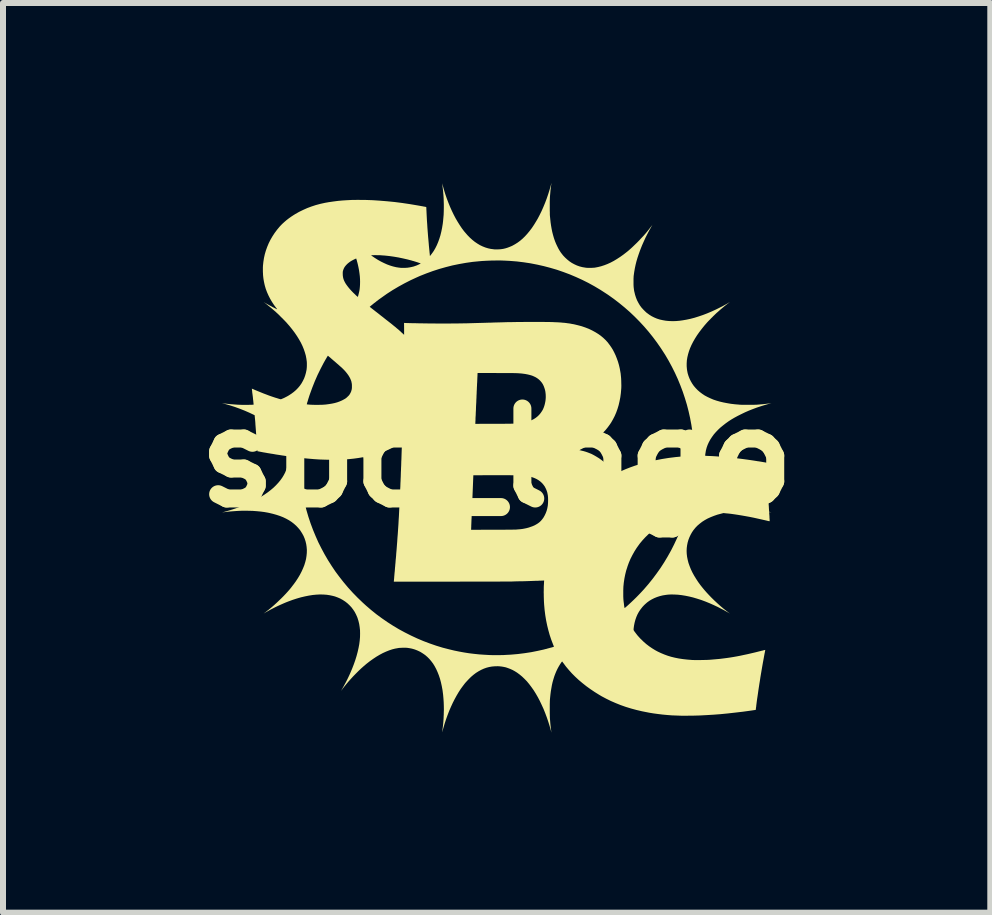
<source format=kicad_pcb>
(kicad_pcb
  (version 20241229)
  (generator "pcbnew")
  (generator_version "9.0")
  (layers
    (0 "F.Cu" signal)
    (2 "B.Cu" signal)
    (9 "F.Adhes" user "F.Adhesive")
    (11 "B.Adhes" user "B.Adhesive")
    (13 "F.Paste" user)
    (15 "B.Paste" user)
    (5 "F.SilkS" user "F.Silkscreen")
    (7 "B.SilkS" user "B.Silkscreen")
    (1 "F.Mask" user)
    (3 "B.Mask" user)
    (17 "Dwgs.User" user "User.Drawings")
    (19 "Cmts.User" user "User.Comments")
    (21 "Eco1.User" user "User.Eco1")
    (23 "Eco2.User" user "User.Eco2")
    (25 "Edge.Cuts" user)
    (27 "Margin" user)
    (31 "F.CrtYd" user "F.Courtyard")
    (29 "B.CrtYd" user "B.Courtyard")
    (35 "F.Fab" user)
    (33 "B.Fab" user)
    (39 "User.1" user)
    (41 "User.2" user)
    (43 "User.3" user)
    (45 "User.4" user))
  (footprint "sbc_logo"
    (layer "F.Cu")
    (at 5.229 4.581)
    (property "Reference" "sbc_logo" (at 0 0 0) (layer "F.SilkS") (effects (font (size 1.5 1.5) (thickness 0.3))))
    (attr board_only exclude_from_pos_files exclude_from_bom)
    (fp_poly (pts (xy -3.881 -2.595) (xy -3.882 -2.594) (xy -3.883 -2.595) (xy -3.882 -2.596)) (stroke (width 0) (type solid)) (fill yes) (layer "F.SilkS"))
    (fp_poly (pts (xy -3.881 2.595) (xy -3.882 2.596) (xy -3.883 2.595) (xy -3.882 2.594)) (stroke (width 0) (type solid)) (fill yes) (layer "F.SilkS"))
    (fp_poly (pts (xy 0.914 -4.58) (xy 0.913 -4.579) (xy 0.912 -4.58) (xy 0.913 -4.581)) (stroke (width 0) (type solid)) (fill yes) (layer "F.SilkS"))
    (fp_poly (pts (xy 0.914 4.58) (xy 0.913 4.581) (xy 0.912 4.58) (xy 0.913 4.579)) (stroke (width 0) (type solid)) (fill yes) (layer "F.SilkS"))
    (fp_poly (pts (xy 2.598 -3.884) (xy 2.597 -3.883) (xy 2.596 -3.884) (xy 2.597 -3.885)) (stroke (width 0) (type solid)) (fill yes) (layer "F.SilkS"))
    (fp_poly (pts (xy 4.581 -0.911) (xy 4.58 -0.91) (xy 4.579 -0.91) (xy 4.578 -0.911) (xy 4.578 -0.911) (xy 4.58 -0.911)) (stroke (width 0) (type solid)) (fill yes) (layer "F.SilkS"))
    (fp_poly (pts (xy 4.581 0.911) (xy 4.58 0.912) (xy 4.579 0.912) (xy 4.578 0.911) (xy 4.578 0.911) (xy 4.58 0.91)) (stroke (width 0) (type solid)) (fill yes) (layer "F.SilkS"))
    (fp_poly (pts (xy 0.912 -4.576) (xy 0.912 -4.573) (xy 0.911 -4.567) (xy 0.91 -4.559) (xy 0.908 -4.549) (xy 0.908 -4.547) (xy 0.904 -4.517) (xy 0.9 -4.484) (xy 0.896 -4.449) (xy 0.893 -4.41) (xy 0.889 -4.367) (xy 0.887 -4.342) (xy 0.887 -4.331) (xy 0.886 -4.316) (xy 0.886 -4.299) (xy 0.885 -4.279) (xy 0.885 -4.257) (xy 0.885 -4.233) (xy 0.885 -4.209) (xy 0.885 -4.185) (xy 0.885 -4.16) (xy 0.885 -4.136) (xy 0.885 -4.114) (xy 0.886 -4.093) (xy 0.886 -4.074) (xy 0.886 -4.058) (xy 0.887 -4.045) (xy 0.887 -4.038) (xy 0.893 -3.978) (xy 0.899 -3.921) (xy 0.907 -3.867) (xy 0.916 -3.815) (xy 0.926 -3.766) (xy 0.938 -3.719) (xy 0.951 -3.673) (xy 0.959 -3.648) (xy 0.974 -3.606) (xy 0.991 -3.565) (xy 1.01 -3.525) (xy 1.029 -3.487) (xy 1.05 -3.451) (xy 1.071 -3.419) (xy 1.075 -3.414) (xy 1.106 -3.374) (xy 1.14 -3.338) (xy 1.176 -3.305) (xy 1.213 -3.275) (xy 1.253 -3.248) (xy 1.294 -3.226) (xy 1.337 -3.206) (xy 1.382 -3.19) (xy 1.429 -3.178) (xy 1.477 -3.17) (xy 1.489 -3.168) (xy 1.503 -3.167) (xy 1.519 -3.166) (xy 1.538 -3.166) (xy 1.558 -3.166) (xy 1.578 -3.166) (xy 1.597 -3.167) (xy 1.615 -3.168) (xy 1.63 -3.169) (xy 1.638 -3.17) (xy 1.69 -3.18) (xy 1.742 -3.193) (xy 1.794 -3.21) (xy 1.846 -3.23) (xy 1.899 -3.254) (xy 1.952 -3.282) (xy 2.005 -3.314) (xy 2.059 -3.349) (xy 2.111 -3.386) (xy 2.138 -3.407) (xy 2.164 -3.427) (xy 2.189 -3.447) (xy 2.213 -3.468) (xy 2.237 -3.489) (xy 2.262 -3.512) (xy 2.288 -3.537) (xy 2.316 -3.564) (xy 2.337 -3.584) (xy 2.378 -3.626) (xy 2.415 -3.666) (xy 2.451 -3.704) (xy 2.485 -3.743) (xy 2.517 -3.782) (xy 2.548 -3.821) (xy 2.576 -3.858) (xy 2.583 -3.866) (xy 2.588 -3.873) (xy 2.592 -3.878) (xy 2.594 -3.881) (xy 2.595 -3.881) (xy 2.594 -3.88) (xy 2.591 -3.875) (xy 2.587 -3.868) (xy 2.582 -3.86) (xy 2.577 -3.85) (xy 2.544 -3.792) (xy 2.512 -3.731) (xy 2.48 -3.668) (xy 2.451 -3.604) (xy 2.423 -3.541) (xy 2.398 -3.478) (xy 2.388 -3.452) (xy 2.366 -3.39) (xy 2.346 -3.33) (xy 2.329 -3.272) (xy 2.315 -3.215) (xy 2.303 -3.158) (xy 2.293 -3.101) (xy 2.285 -3.044) (xy 2.284 -3.036) (xy 2.283 -3.025) (xy 2.282 -3.014) (xy 2.282 -3.002) (xy 2.281 -2.988) (xy 2.281 -2.972) (xy 2.281 -2.953) (xy 2.281 -2.932) (xy 2.281 -2.906) (xy 2.281 -2.884) (xy 2.282 -2.864) (xy 2.283 -2.847) (xy 2.285 -2.83) (xy 2.287 -2.814) (xy 2.289 -2.797) (xy 2.292 -2.779) (xy 2.295 -2.767) (xy 2.307 -2.717) (xy 2.322 -2.67) (xy 2.34 -2.625) (xy 2.362 -2.583) (xy 2.386 -2.542) (xy 2.414 -2.504) (xy 2.425 -2.492) (xy 2.435 -2.481) (xy 2.447 -2.468) (xy 2.46 -2.455) (xy 2.474 -2.441) (xy 2.487 -2.429) (xy 2.499 -2.418) (xy 2.506 -2.413) (xy 2.544 -2.385) (xy 2.584 -2.36) (xy 2.626 -2.339) (xy 2.671 -2.32) (xy 2.718 -2.305) (xy 2.768 -2.294) (xy 2.819 -2.285) (xy 2.872 -2.28) (xy 2.928 -2.278) (xy 2.985 -2.279) (xy 3.045 -2.284) (xy 3.096 -2.291) (xy 3.161 -2.302) (xy 3.227 -2.316) (xy 3.296 -2.334) (xy 3.366 -2.356) (xy 3.437 -2.38) (xy 3.51 -2.408) (xy 3.583 -2.439) (xy 3.657 -2.473) (xy 3.709 -2.499) (xy 3.737 -2.513) (xy 3.765 -2.527) (xy 3.792 -2.542) (xy 3.818 -2.556) (xy 3.842 -2.57) (xy 3.864 -2.583) (xy 3.881 -2.593) (xy 3.885 -2.595) (xy 3.885 -2.595) (xy 3.884 -2.594) (xy 3.879 -2.59) (xy 3.872 -2.585) (xy 3.862 -2.577) (xy 3.858 -2.575) (xy 3.829 -2.552) (xy 3.797 -2.527) (xy 3.765 -2.5) (xy 3.732 -2.473) (xy 3.701 -2.445) (xy 3.67 -2.418) (xy 3.665 -2.414) (xy 3.654 -2.403) (xy 3.64 -2.39) (xy 3.625 -2.375) (xy 3.609 -2.36) (xy 3.593 -2.343) (xy 3.576 -2.327) (xy 3.56 -2.31) (xy 3.545 -2.295) (xy 3.531 -2.281) (xy 3.52 -2.269) (xy 3.513 -2.262) (xy 3.464 -2.206) (xy 3.419 -2.15) (xy 3.377 -2.095) (xy 3.339 -2.041) (xy 3.305 -1.987) (xy 3.274 -1.933) (xy 3.247 -1.88) (xy 3.224 -1.828) (xy 3.205 -1.776) (xy 3.19 -1.725) (xy 3.178 -1.674) (xy 3.17 -1.624) (xy 3.167 -1.575) (xy 3.167 -1.527) (xy 3.171 -1.48) (xy 3.174 -1.458) (xy 3.183 -1.411) (xy 3.197 -1.365) (xy 3.214 -1.321) (xy 3.235 -1.278) (xy 3.259 -1.237) (xy 3.286 -1.198) (xy 3.317 -1.162) (xy 3.351 -1.127) (xy 3.388 -1.095) (xy 3.428 -1.065) (xy 3.469 -1.038) (xy 3.514 -1.014) (xy 3.561 -0.992) (xy 3.61 -0.971) (xy 3.663 -0.953) (xy 3.719 -0.937) (xy 3.778 -0.923) (xy 3.84 -0.911) (xy 3.905 -0.9) (xy 3.973 -0.892) (xy 4.046 -0.886) (xy 4.05 -0.885) (xy 4.062 -0.885) (xy 4.077 -0.884) (xy 4.095 -0.884) (xy 4.116 -0.883) (xy 4.138 -0.883) (xy 4.161 -0.883) (xy 4.186 -0.883) (xy 4.21 -0.883) (xy 4.234 -0.883) (xy 4.257 -0.883) (xy 4.278 -0.884) (xy 4.298 -0.884) (xy 4.315 -0.885) (xy 4.329 -0.885) (xy 4.332 -0.885) (xy 4.369 -0.888) (xy 4.404 -0.891) (xy 4.439 -0.894) (xy 4.472 -0.897) (xy 4.502 -0.901) (xy 4.53 -0.904) (xy 4.543 -0.906) (xy 4.553 -0.907) (xy 4.562 -0.909) (xy 4.569 -0.909) (xy 4.573 -0.91) (xy 4.573 -0.91) (xy 4.572 -0.909) (xy 4.568 -0.908) (xy 4.561 -0.906) (xy 4.552 -0.903) (xy 4.542 -0.901) (xy 4.473 -0.881) (xy 4.405 -0.86) (xy 4.336 -0.837) (xy 4.269 -0.812) (xy 4.203 -0.786) (xy 4.139 -0.758) (xy 4.077 -0.728) (xy 4.017 -0.698) (xy 3.96 -0.667) (xy 3.906 -0.635) (xy 3.866 -0.609) (xy 3.817 -0.574) (xy 3.771 -0.538) (xy 3.727 -0.502) (xy 3.687 -0.464) (xy 3.651 -0.426) (xy 3.619 -0.389) (xy 3.588 -0.346) (xy 3.56 -0.303) (xy 3.536 -0.259) (xy 3.516 -0.215) (xy 3.5 -0.17) (xy 3.488 -0.124) (xy 3.486 -0.116) (xy 3.485 -0.107) (xy 3.483 -0.095) (xy 3.481 -0.082) (xy 3.479 -0.07) (xy 3.477 -0.058) (xy 3.476 -0.047) (xy 3.476 -0.04) (xy 3.475 -0.037) (xy 3.476 -0.035) (xy 3.476 -0.034) (xy 3.478 -0.034) (xy 3.481 -0.033) (xy 3.487 -0.033) (xy 3.495 -0.032) (xy 3.506 -0.032) (xy 3.52 -0.031) (xy 3.52 -0.031) (xy 3.583 -0.029) (xy 3.648 -0.025) (xy 3.717 -0.02) (xy 3.789 -0.015) (xy 3.863 -0.008) (xy 3.94 0.001) (xy 4.019 0.01) (xy 4.099 0.02) (xy 4.181 0.031) (xy 4.264 0.043) (xy 4.334 0.054) (xy 4.351 0.057) (xy 4.369 0.059) (xy 4.387 0.062) (xy 4.405 0.065) (xy 4.423 0.068) (xy 4.44 0.071) (xy 4.456 0.074) (xy 4.471 0.076) (xy 4.483 0.079) (xy 4.493 0.08) (xy 4.5 0.082) (xy 4.504 0.083) (xy 4.505 0.083) (xy 4.505 0.085) (xy 4.505 0.09) (xy 4.505 0.099) (xy 4.506 0.111) (xy 4.506 0.126) (xy 4.506 0.143) (xy 4.507 0.162) (xy 4.507 0.182) (xy 4.508 0.204) (xy 4.508 0.21) (xy 4.509 0.237) (xy 4.509 0.261) (xy 4.51 0.281) (xy 4.51 0.3) (xy 4.511 0.316) (xy 4.511 0.331) (xy 4.512 0.345) (xy 4.512 0.359) (xy 4.513 0.373) (xy 4.513 0.387) (xy 4.514 0.403) (xy 4.515 0.421) (xy 4.516 0.441) (xy 4.516 0.458) (xy 4.517 0.477) (xy 4.518 0.499) (xy 4.519 0.522) (xy 4.521 0.547) (xy 4.522 0.573) (xy 4.524 0.599) (xy 4.525 0.626) (xy 4.527 0.654) (xy 4.528 0.681) (xy 4.53 0.708) (xy 4.531 0.735) (xy 4.533 0.76) (xy 4.534 0.784) (xy 4.536 0.807) (xy 4.537 0.828) (xy 4.538 0.847) (xy 4.539 0.863) (xy 4.54 0.877) (xy 4.541 0.888) (xy 4.542 0.895) (xy 4.542 0.899) (xy 4.542 0.9) (xy 4.545 0.901) (xy 4.55 0.902) (xy 4.557 0.905) (xy 4.56 0.905) (xy 4.568 0.907) (xy 4.572 0.909) (xy 4.573 0.909) (xy 4.57 0.909) (xy 4.565 0.909) (xy 4.558 0.908) (xy 4.551 0.907) (xy 4.548 0.907) (xy 4.541 0.905) (xy 4.542 0.918) (xy 4.543 0.927) (xy 4.544 0.939) (xy 4.545 0.952) (xy 4.546 0.966) (xy 4.547 0.981) (xy 4.547 0.996) (xy 4.548 1.01) (xy 4.549 1.024) (xy 4.55 1.036) (xy 4.55 1.046) (xy 4.55 1.053) (xy 4.55 1.057) (xy 4.55 1.058) (xy 4.548 1.057) (xy 4.543 1.056) (xy 4.534 1.055) (xy 4.524 1.053) (xy 4.512 1.05) (xy 4.509 1.049) (xy 4.43 1.031) (xy 4.354 1.014) (xy 4.282 0.998) (xy 4.212 0.984) (xy 4.146 0.972) (xy 4.083 0.961) (xy 4.022 0.951) (xy 3.963 0.942) (xy 3.906 0.934) (xy 3.852 0.928) (xy 3.835 0.927) (xy 3.78 0.921) (xy 3.739 0.932) (xy 3.678 0.948) (xy 3.621 0.968) (xy 3.568 0.989) (xy 3.517 1.012) (xy 3.47 1.038) (xy 3.426 1.066) (xy 3.386 1.097) (xy 3.348 1.129) (xy 3.314 1.164) (xy 3.284 1.201) (xy 3.282 1.203) (xy 3.256 1.241) (xy 3.233 1.282) (xy 3.213 1.324) (xy 3.196 1.368) (xy 3.183 1.413) (xy 3.174 1.458) (xy 3.168 1.505) (xy 3.166 1.553) (xy 3.168 1.601) (xy 3.174 1.651) (xy 3.184 1.701) (xy 3.197 1.752) (xy 3.215 1.803) (xy 3.236 1.856) (xy 3.261 1.909) (xy 3.29 1.962) (xy 3.323 2.016) (xy 3.359 2.071) (xy 3.367 2.082) (xy 3.397 2.123) (xy 3.428 2.162) (xy 3.461 2.202) (xy 3.496 2.242) (xy 3.534 2.283) (xy 3.574 2.325) (xy 3.581 2.332) (xy 3.632 2.382) (xy 3.683 2.429) (xy 3.732 2.473) (xy 3.782 2.515) (xy 3.833 2.555) (xy 3.854 2.571) (xy 3.866 2.58) (xy 3.875 2.587) (xy 3.881 2.592) (xy 3.884 2.594) (xy 3.885 2.595) (xy 3.884 2.595) (xy 3.881 2.593) (xy 3.86 2.58) (xy 3.835 2.566) (xy 3.808 2.551) (xy 3.78 2.535) (xy 3.75 2.52) (xy 3.719 2.504) (xy 3.689 2.488) (xy 3.659 2.474) (xy 3.631 2.461) (xy 3.623 2.457) (xy 3.551 2.425) (xy 3.48 2.396) (xy 3.41 2.37) (xy 3.341 2.348) (xy 3.274 2.328) (xy 3.208 2.312) (xy 3.144 2.299) (xy 3.082 2.289) (xy 3.021 2.282) (xy 2.963 2.279) (xy 2.906 2.278) (xy 2.852 2.281) (xy 2.821 2.285) (xy 2.77 2.293) (xy 2.721 2.305) (xy 2.674 2.32) (xy 2.629 2.338) (xy 2.587 2.359) (xy 2.546 2.383) (xy 2.509 2.41) (xy 2.504 2.414) (xy 2.493 2.424) (xy 2.479 2.436) (xy 2.465 2.449) (xy 2.451 2.463) (xy 2.438 2.477) (xy 2.427 2.489) (xy 2.425 2.492) (xy 2.396 2.529) (xy 2.37 2.568) (xy 2.347 2.61) (xy 2.328 2.654) (xy 2.312 2.7) (xy 2.299 2.748) (xy 2.289 2.799) (xy 2.283 2.844) (xy 2.282 2.853) (xy 2.282 2.86) (xy 2.282 2.865) (xy 2.283 2.87) (xy 2.284 2.876) (xy 2.288 2.881) (xy 2.292 2.888) (xy 2.298 2.897) (xy 2.307 2.908) (xy 2.311 2.914) (xy 2.327 2.935) (xy 2.341 2.953) (xy 2.355 2.97) (xy 2.37 2.986) (xy 2.385 3.003) (xy 2.402 3.021) (xy 2.406 3.024) (xy 2.45 3.067) (xy 2.495 3.106) (xy 2.542 3.142) (xy 2.592 3.176) (xy 2.644 3.208) (xy 2.685 3.23) (xy 2.738 3.255) (xy 2.793 3.278) (xy 2.85 3.299) (xy 2.909 3.317) (xy 2.971 3.332) (xy 3.035 3.345) (xy 3.102 3.355) (xy 3.172 3.363) (xy 3.244 3.369) (xy 3.256 3.37) (xy 3.271 3.37) (xy 3.288 3.371) (xy 3.309 3.371) (xy 3.332 3.371) (xy 3.356 3.371) (xy 3.381 3.371) (xy 3.407 3.371) (xy 3.433 3.37) (xy 3.459 3.37) (xy 3.483 3.369) (xy 3.505 3.369) (xy 3.525 3.368) (xy 3.541 3.367) (xy 3.547 3.367) (xy 3.606 3.362) (xy 3.662 3.357) (xy 3.718 3.352) (xy 3.774 3.345) (xy 3.829 3.338) (xy 3.885 3.33) (xy 3.941 3.321) (xy 3.998 3.311) (xy 4.056 3.3) (xy 4.116 3.287) (xy 4.178 3.274) (xy 4.243 3.259) (xy 4.311 3.243) (xy 4.382 3.225) (xy 4.4 3.221) (xy 4.417 3.216) (xy 4.433 3.213) (xy 4.446 3.209) (xy 4.458 3.206) (xy 4.467 3.204) (xy 4.474 3.203) (xy 4.477 3.202) (xy 4.477 3.202) (xy 4.477 3.204) (xy 4.476 3.21) (xy 4.474 3.218) (xy 4.472 3.229) (xy 4.47 3.242) (xy 4.467 3.256) (xy 4.466 3.26) (xy 4.458 3.303) (xy 4.45 3.348) (xy 4.441 3.396) (xy 4.432 3.446) (xy 4.423 3.498) (xy 4.414 3.551) (xy 4.405 3.604) (xy 4.396 3.658) (xy 4.388 3.712) (xy 4.379 3.766) (xy 4.371 3.819) (xy 4.363 3.871) (xy 4.356 3.921) (xy 4.349 3.969) (xy 4.342 4.015) (xy 4.336 4.058) (xy 4.331 4.098) (xy 4.327 4.128) (xy 4.326 4.143) (xy 4.324 4.157) (xy 4.322 4.169) (xy 4.321 4.18) (xy 4.32 4.188) (xy 4.32 4.191) (xy 4.318 4.202) (xy 4.237 4.214) (xy 4.106 4.232) (xy 3.978 4.247) (xy 3.854 4.261) (xy 3.732 4.273) (xy 3.614 4.282) (xy 3.498 4.289) (xy 3.386 4.295) (xy 3.276 4.298) (xy 3.169 4.299) (xy 3.159 4.299) (xy 3.075 4.299) (xy 2.995 4.296) (xy 2.917 4.293) (xy 2.841 4.287) (xy 2.766 4.28) (xy 2.692 4.271) (xy 2.617 4.261) (xy 2.543 4.249) (xy 2.518 4.244) (xy 2.422 4.225) (xy 2.329 4.203) (xy 2.24 4.179) (xy 2.152 4.152) (xy 2.067 4.122) (xy 1.985 4.089) (xy 1.904 4.054) (xy 1.825 4.015) (xy 1.748 3.974) (xy 1.706 3.949) (xy 1.632 3.903) (xy 1.561 3.855) (xy 1.493 3.806) (xy 1.429 3.755) (xy 1.367 3.703) (xy 1.309 3.649) (xy 1.254 3.594) (xy 1.203 3.537) (xy 1.155 3.48) (xy 1.112 3.422) (xy 1.105 3.414) (xy 1.1 3.406) (xy 1.095 3.4) (xy 1.093 3.396) (xy 1.092 3.395) (xy 1.09 3.396) (xy 1.087 3.399) (xy 1.082 3.405) (xy 1.076 3.413) (xy 1.075 3.414) (xy 1.054 3.446) (xy 1.033 3.481) (xy 1.013 3.518) (xy 0.994 3.558) (xy 0.977 3.599) (xy 0.961 3.641) (xy 0.959 3.648) (xy 0.945 3.693) (xy 0.932 3.739) (xy 0.921 3.787) (xy 0.912 3.838) (xy 0.903 3.89) (xy 0.896 3.945) (xy 0.89 4.004) (xy 0.887 4.038) (xy 0.887 4.049) (xy 0.886 4.063) (xy 0.886 4.081) (xy 0.885 4.101) (xy 0.885 4.122) (xy 0.885 4.145) (xy 0.885 4.17) (xy 0.885 4.194) (xy 0.885 4.219) (xy 0.885 4.243) (xy 0.885 4.265) (xy 0.886 4.287) (xy 0.886 4.306) (xy 0.886 4.322) (xy 0.887 4.336) (xy 0.887 4.342) (xy 0.891 4.387) (xy 0.894 4.428) (xy 0.898 4.465) (xy 0.902 4.499) (xy 0.906 4.531) (xy 0.908 4.547) (xy 0.909 4.557) (xy 0.911 4.566) (xy 0.911 4.572) (xy 0.912 4.576) (xy 0.912 4.576) (xy 0.911 4.575) (xy 0.91 4.571) (xy 0.908 4.564) (xy 0.906 4.555) (xy 0.905 4.551) (xy 0.884 4.476) (xy 0.861 4.402) (xy 0.836 4.328) (xy 0.809 4.256) (xy 0.781 4.186) (xy 0.75 4.118) (xy 0.719 4.053) (xy 0.686 3.99) (xy 0.652 3.931) (xy 0.617 3.875) (xy 0.615 3.872) (xy 0.578 3.82) (xy 0.541 3.771) (xy 0.503 3.725) (xy 0.463 3.684) (xy 0.423 3.646) (xy 0.382 3.612) (xy 0.34 3.581) (xy 0.298 3.555) (xy 0.263 3.536) (xy 0.225 3.519) (xy 0.188 3.505) (xy 0.153 3.493) (xy 0.116 3.485) (xy 0.08 3.479) (xy 0.041 3.475) (xy 0.019 3.474) (xy -0.029 3.475) (xy -0.077 3.479) (xy -0.124 3.487) (xy -0.17 3.499) (xy -0.215 3.515) (xy -0.259 3.535) (xy -0.303 3.559) (xy -0.346 3.586) (xy -0.388 3.618) (xy -0.429 3.653) (xy -0.469 3.693) (xy -0.509 3.736) (xy -0.527 3.756) (xy -0.563 3.803) (xy -0.599 3.852) (xy -0.634 3.906) (xy -0.667 3.962) (xy -0.7 4.022) (xy -0.732 4.085) (xy -0.762 4.15) (xy -0.791 4.217) (xy -0.818 4.287) (xy -0.844 4.359) (xy -0.868 4.433) (xy -0.89 4.508) (xy -0.901 4.547) (xy -0.904 4.557) (xy -0.906 4.566) (xy -0.908 4.571) (xy -0.909 4.574) (xy -0.909 4.573) (xy -0.904 4.535) (xy -0.899 4.499) (xy -0.895 4.466) (xy -0.892 4.434) (xy -0.889 4.404) (xy -0.887 4.373) (xy -0.885 4.342) (xy -0.884 4.31) (xy -0.882 4.275) (xy -0.882 4.257) (xy -0.88 4.197) (xy -0.881 4.137) (xy -0.883 4.076) (xy -0.887 4.016) (xy -0.892 3.959) (xy -0.894 3.94) (xy -0.903 3.871) (xy -0.915 3.806) (xy -0.929 3.743) (xy -0.945 3.683) (xy -0.964 3.626) (xy -0.985 3.573) (xy -1.008 3.522) (xy -1.033 3.475) (xy -1.06 3.431) (xy -1.09 3.391) (xy -1.122 3.353) (xy -1.156 3.319) (xy -1.192 3.288) (xy -1.231 3.261) (xy -1.271 3.236) (xy -1.291 3.226) (xy -1.317 3.214) (xy -1.341 3.204) (xy -1.365 3.195) (xy -1.388 3.188) (xy -1.413 3.181) (xy -1.433 3.177) (xy -1.454 3.173) (xy -1.475 3.17) (xy -1.495 3.167) (xy -1.517 3.166) (xy -1.541 3.166) (xy -1.565 3.166) (xy -1.588 3.167) (xy -1.608 3.168) (xy -1.626 3.169) (xy -1.644 3.172) (xy -1.662 3.175) (xy -1.682 3.179) (xy -1.691 3.18) (xy -1.742 3.193) (xy -1.793 3.21) (xy -1.845 3.231) (xy -1.898 3.255) (xy -1.952 3.284) (xy -2.006 3.316) (xy -2.06 3.352) (xy -2.115 3.391) (xy -2.17 3.434) (xy -2.216 3.473) (xy -2.259 3.511) (xy -2.302 3.552) (xy -2.346 3.596) (xy -2.39 3.641) (xy -2.433 3.688) (xy -2.475 3.735) (xy -2.514 3.782) (xy -2.552 3.829) (xy -2.574 3.858) (xy -2.581 3.867) (xy -2.586 3.874) (xy -2.59 3.88) (xy -2.593 3.883) (xy -2.593 3.883) (xy -2.593 3.884) (xy -2.593 3.883) (xy -2.592 3.881) (xy -2.59 3.878) (xy -2.587 3.872) (xy -2.583 3.865) (xy -2.577 3.855) (xy -2.569 3.842) (xy -2.568 3.838) (xy -2.55 3.808) (xy -2.532 3.774) (xy -2.513 3.739) (xy -2.494 3.702) (xy -2.476 3.665) (xy -2.459 3.629) (xy -2.443 3.594) (xy -2.441 3.589) (xy -2.41 3.516) (xy -2.382 3.444) (xy -2.357 3.373) (xy -2.336 3.305) (xy -2.318 3.238) (xy -2.303 3.172) (xy -2.291 3.109) (xy -2.283 3.047) (xy -2.278 2.988) (xy -2.277 2.93) (xy -2.278 2.874) (xy -2.284 2.82) (xy -2.292 2.769) (xy -2.304 2.719) (xy -2.319 2.671) (xy -2.325 2.655) (xy -2.345 2.61) (xy -2.367 2.568) (xy -2.393 2.529) (xy -2.422 2.491) (xy -2.454 2.457) (xy -2.488 2.425) (xy -2.525 2.396) (xy -2.565 2.37) (xy -2.606 2.347) (xy -2.65 2.328) (xy -2.696 2.311) (xy -2.73 2.302) (xy -2.781 2.291) (xy -2.834 2.283) (xy -2.89 2.279) (xy -2.947 2.278) (xy -3.006 2.281) (xy -3.068 2.287) (xy -3.131 2.297) (xy -3.196 2.31) (xy -3.264 2.326) (xy -3.333 2.346) (xy -3.404 2.369) (xy -3.474 2.395) (xy -3.515 2.411) (xy -3.557 2.429) (xy -3.6 2.448) (xy -3.644 2.468) (xy -3.688 2.489) (xy -3.731 2.511) (xy -3.772 2.532) (xy -3.811 2.554) (xy -3.847 2.574) (xy -3.858 2.581) (xy -3.867 2.587) (xy -3.874 2.59) (xy -3.878 2.593) (xy -3.879 2.593) (xy -3.877 2.591) (xy -3.872 2.587) (xy -3.864 2.581) (xy -3.853 2.573) (xy -3.85 2.57) (xy -3.802 2.533) (xy -3.754 2.494) (xy -3.707 2.453) (xy -3.66 2.41) (xy -3.612 2.364) (xy -3.594 2.347) (xy -3.556 2.309) (xy -3.521 2.272) (xy -3.488 2.236) (xy -3.457 2.201) (xy -3.428 2.166) (xy -3.4 2.129) (xy -3.388 2.114) (xy -3.348 2.059) (xy -3.312 2.004) (xy -3.28 1.95) (xy -3.252 1.896) (xy -3.228 1.843) (xy -3.207 1.791) (xy -3.191 1.739) (xy -3.178 1.688) (xy -3.17 1.637) (xy -3.165 1.587) (xy -3.164 1.538) (xy -3.164 1.534) (xy -3.168 1.485) (xy -3.175 1.438) (xy -3.186 1.392) (xy -3.201 1.346) (xy -3.219 1.303) (xy -3.242 1.261) (xy -3.268 1.22) (xy -3.278 1.205) (xy -3.309 1.168) (xy -3.342 1.133) (xy -3.379 1.1) (xy -3.419 1.069) (xy -3.462 1.041) (xy -3.509 1.015) (xy -3.559 0.991) (xy -3.612 0.97) (xy -3.669 0.951) (xy -3.729 0.934) (xy -3.792 0.919) (xy -3.816 0.914) (xy -3.873 0.904) (xy -3.934 0.896) (xy -3.997 0.89) (xy -4.063 0.885) (xy -4.131 0.883) (xy -4.2 0.882) (xy -4.27 0.883) (xy -4.341 0.887) (xy -4.411 0.892) (xy -4.457 0.896) (xy -4.472 0.898) (xy -4.488 0.899) (xy -4.506 0.902) (xy -4.524 0.904) (xy -4.541 0.906) (xy -4.557 0.908) (xy -4.57 0.91) (xy -4.575 0.911) (xy -4.576 0.911) (xy -4.573 0.91) (xy -4.567 0.908) (xy -4.559 0.906) (xy -4.551 0.904) (xy -4.476 0.883) (xy -4.401 0.86) (xy -4.328 0.835) (xy -4.257 0.808) (xy -4.187 0.78) (xy -4.12 0.75) (xy -4.055 0.719) (xy -3.993 0.687) (xy -3.934 0.653) (xy -3.879 0.619) (xy -3.867 0.611) (xy -3.814 0.574) (xy -3.765 0.536) (xy -3.719 0.497) (xy -3.678 0.457) (xy -3.64 0.416) (xy -3.606 0.375) (xy -3.575 0.332) (xy -3.549 0.289) (xy -3.526 0.245) (xy -3.508 0.2) (xy -3.495 0.161) (xy -3.487 0.129) (xy -3.48 0.098) (xy -3.476 0.066) (xy -3.473 0.032) (xy -3.472 0.014) (xy -3.472 -0.001) (xy -3.287 -0.001) (xy -3.287 0.048) (xy -3.287 0.11) (xy -3.284 0.175) (xy -3.28 0.241) (xy -3.274 0.31) (xy -3.266 0.379) (xy -3.258 0.449) (xy -3.248 0.518) (xy -3.236 0.587) (xy -3.223 0.653) (xy -3.199 0.765) (xy -3.17 0.876) (xy -3.138 0.985) (xy -3.102 1.093) (xy -3.062 1.2) (xy -3.019 1.304) (xy -2.973 1.408) (xy -2.922 1.509) (xy -2.869 1.608) (xy -2.812 1.706) (xy -2.751 1.802) (xy -2.688 1.896) (xy -2.62 1.987) (xy -2.55 2.076) (xy -2.477 2.163) (xy -2.4 2.248) (xy -2.32 2.33) (xy -2.237 2.41) (xy -2.18 2.462) (xy -2.094 2.536) (xy -2.006 2.607) (xy -1.915 2.674) (xy -1.821 2.739) (xy -1.726 2.8) (xy -1.629 2.858) (xy -1.529 2.912) (xy -1.428 2.963) (xy -1.325 3.011) (xy -1.221 3.055) (xy -1.115 3.095) (xy -1.008 3.132) (xy -0.9 3.165) (xy -0.791 3.193) (xy -0.708 3.213) (xy -0.625 3.23) (xy -0.543 3.245) (xy -0.46 3.258) (xy -0.377 3.268) (xy -0.291 3.277) (xy -0.203 3.283) (xy -0.113 3.288) (xy -0.105 3.288) (xy -0.094 3.288) (xy -0.08 3.289) (xy -0.063 3.289) (xy -0.044 3.289) (xy -0.023 3.289) (xy -0.001 3.289) (xy 0.021 3.289) (xy 0.043 3.289) (xy 0.064 3.289) (xy 0.083 3.288) (xy 0.101 3.288) (xy 0.115 3.288) (xy 0.125 3.287) (xy 0.239 3.281) (xy 0.352 3.271) (xy 0.464 3.257) (xy 0.575 3.24) (xy 0.685 3.218) (xy 0.785 3.196) (xy 0.806 3.19) (xy 0.829 3.185) (xy 0.852 3.178) (xy 0.875 3.172) (xy 0.897 3.166) (xy 0.917 3.161) (xy 0.934 3.156) (xy 0.942 3.153) (xy 0.955 3.149) (xy 0.938 3.106) (xy 0.909 3.03) (xy 0.883 2.952) (xy 0.861 2.873) (xy 0.841 2.792) (xy 0.824 2.709) (xy 0.81 2.624) (xy 0.799 2.537) (xy 0.791 2.447) (xy 0.788 2.398) (xy 0.787 2.37) (xy 0.786 2.339) (xy 0.785 2.306) (xy 0.785 2.271) (xy 0.784 2.249) (xy 2.11 2.249) (xy 2.11 2.27) (xy 2.11 2.291) (xy 2.11 2.311) (xy 2.111 2.328) (xy 2.111 2.342) (xy 2.112 2.348) (xy 2.113 2.368) (xy 2.115 2.389) (xy 2.118 2.412) (xy 2.121 2.434) (xy 2.123 2.455) (xy 2.126 2.475) (xy 2.129 2.492) (xy 2.131 2.5) (xy 2.131 2.502) (xy 2.132 2.504) (xy 2.133 2.504) (xy 2.135 2.503) (xy 2.138 2.501) (xy 2.143 2.497) (xy 2.15 2.491) (xy 2.16 2.482) (xy 2.161 2.482) (xy 2.201 2.446) (xy 2.243 2.407) (xy 2.285 2.367) (xy 2.328 2.325) (xy 2.369 2.283) (xy 2.409 2.241) (xy 2.447 2.2) (xy 2.45 2.197) (xy 2.525 2.11) (xy 2.597 2.021) (xy 2.665 1.93) (xy 2.731 1.837) (xy 2.793 1.741) (xy 2.851 1.644) (xy 2.907 1.544) (xy 2.958 1.443) (xy 3.006 1.34) (xy 3.051 1.236) (xy 3.092 1.13) (xy 3.129 1.022) (xy 3.129 1.022) (xy 3.133 1.009) (xy 3.137 0.996) (xy 3.141 0.985) (xy 3.144 0.976) (xy 3.146 0.97) (xy 3.146 0.968) (xy 3.149 0.958) (xy 3.143 0.959) (xy 3.139 0.96) (xy 3.132 0.962) (xy 3.123 0.964) (xy 3.111 0.967) (xy 3.099 0.971) (xy 3.097 0.971) (xy 3.024 0.993) (xy 2.953 1.018) (xy 2.884 1.046) (xy 2.818 1.077) (xy 2.755 1.111) (xy 2.694 1.148) (xy 2.635 1.188) (xy 2.58 1.231) (xy 2.527 1.276) (xy 2.477 1.325) (xy 2.43 1.376) (xy 2.385 1.43) (xy 2.344 1.487) (xy 2.334 1.501) (xy 2.296 1.561) (xy 2.262 1.622) (xy 2.231 1.683) (xy 2.204 1.746) (xy 2.18 1.812) (xy 2.179 1.817) (xy 2.158 1.882) (xy 2.142 1.947) (xy 2.129 2.013) (xy 2.119 2.08) (xy 2.112 2.149) (xy 2.112 2.158) (xy 2.111 2.172) (xy 2.111 2.188) (xy 2.11 2.207) (xy 2.11 2.228) (xy 2.11 2.249) (xy 0.784 2.249) (xy 0.784 2.236) (xy 0.785 2.201) (xy 0.785 2.166) (xy 0.786 2.133) (xy 0.788 2.103) (xy 0.789 2.075) (xy 0.79 2.067) (xy 0.79 2.058) (xy 0.791 2.051) (xy 0.791 2.047) (xy 0.791 2.046) (xy 0.789 2.046) (xy 0.783 2.046) (xy 0.774 2.046) (xy 0.763 2.047) (xy 0.749 2.047) (xy 0.734 2.048) (xy 0.717 2.048) (xy 0.713 2.048) (xy 0.687 2.05) (xy 0.661 2.05) (xy 0.636 2.051) (xy 0.609 2.052) (xy 0.583 2.053) (xy 0.555 2.054) (xy 0.525 2.055) (xy 0.494 2.056) (xy 0.461 2.057) (xy 0.426 2.058) (xy 0.387 2.058) (xy 0.347 2.059) (xy 0.302 2.06) (xy 0.255 2.062) (xy 0.232 2.062) (xy 0.221 2.062) (xy 0.206 2.062) (xy 0.189 2.063) (xy 0.169 2.063) (xy 0.145 2.063) (xy 0.119 2.063) (xy 0.09 2.063) (xy 0.057 2.063) (xy 0.021 2.064) (xy -0.018 2.064) (xy -0.061 2.064) (xy -0.107 2.064) (xy -0.156 2.064) (xy -0.209 2.064) (xy -0.266 2.064) (xy -0.326 2.064) (xy -0.39 2.064) (xy -0.457 2.064) (xy -0.529 2.064) (xy -0.604 2.064) (xy -0.683 2.065) (xy -0.766 2.065) (xy -0.795 2.065) (xy -1.715 2.065) (xy -1.714 2.059) (xy -1.714 2.055) (xy -1.713 2.047) (xy -1.712 2.037) (xy -1.711 2.023) (xy -1.709 2.006) (xy -1.708 1.987) (xy -1.706 1.965) (xy -1.704 1.942) (xy -1.702 1.917) (xy -1.699 1.891) (xy -1.697 1.864) (xy -1.695 1.836) (xy -1.692 1.808) (xy -1.69 1.78) (xy -1.687 1.752) (xy -1.685 1.724) (xy -1.683 1.698) (xy -1.68 1.672) (xy -1.678 1.648) (xy -1.676 1.626) (xy -1.675 1.605) (xy -1.674 1.594) (xy -1.668 1.526) (xy -1.663 1.46) (xy -1.658 1.397) (xy -1.654 1.335) (xy -1.649 1.275) (xy -1.645 1.216) (xy -1.644 1.2) (xy -0.426 1.2) (xy -0.062 1.199) (xy -0.01 1.199) (xy 0.039 1.199) (xy 0.084 1.199) (xy 0.125 1.199) (xy 0.163 1.198) (xy 0.196 1.198) (xy 0.226 1.198) (xy 0.251 1.198) (xy 0.274 1.197) (xy 0.292 1.197) (xy 0.307 1.197) (xy 0.318 1.197) (xy 0.326 1.196) (xy 0.328 1.196) (xy 0.359 1.193) (xy 0.387 1.191) (xy 0.412 1.188) (xy 0.435 1.185) (xy 0.456 1.181) (xy 0.476 1.177) (xy 0.495 1.173) (xy 0.514 1.168) (xy 0.533 1.163) (xy 0.554 1.156) (xy 0.556 1.155) (xy 0.594 1.142) (xy 0.629 1.127) (xy 0.66 1.11) (xy 0.689 1.092) (xy 0.715 1.072) (xy 0.738 1.05) (xy 0.759 1.025) (xy 0.779 0.998) (xy 0.796 0.968) (xy 0.8 0.961) (xy 0.818 0.923) (xy 0.833 0.883) (xy 0.844 0.841) (xy 0.852 0.798) (xy 0.856 0.753) (xy 0.857 0.706) (xy 0.857 0.695) (xy 0.856 0.661) (xy 0.853 0.629) (xy 0.848 0.601) (xy 0.842 0.573) (xy 0.833 0.547) (xy 0.823 0.521) (xy 0.818 0.511) (xy 0.801 0.478) (xy 0.78 0.449) (xy 0.757 0.422) (xy 0.731 0.398) (xy 0.702 0.376) (xy 0.669 0.356) (xy 0.657 0.35) (xy 0.633 0.339) (xy 0.61 0.33) (xy 0.586 0.322) (xy 0.561 0.315) (xy 0.534 0.309) (xy 0.505 0.304) (xy 0.473 0.3) (xy 0.442 0.297) (xy 0.431 0.296) (xy 0.42 0.295) (xy 0.408 0.295) (xy 0.395 0.294) (xy 0.381 0.293) (xy 0.367 0.293) (xy 0.35 0.292) (xy 0.333 0.292) (xy 0.314 0.291) (xy 0.292 0.291) (xy 0.269 0.291) (xy 0.243 0.291) (xy 0.215 0.29) (xy 0.184 0.29) (xy 0.151 0.29) (xy 0.114 0.29) (xy 0.074 0.29) (xy 0.03 0.29) (xy -0.017 0.29) (xy -0.052 0.29) (xy -0.389 0.291) (xy -0.407 0.734) (xy -0.409 0.776) (xy -0.411 0.817) (xy -0.412 0.857) (xy -0.414 0.895) (xy -0.415 0.932) (xy -0.417 0.967) (xy -0.418 1.001) (xy -0.42 1.032) (xy -0.421 1.061) (xy -0.422 1.087) (xy -0.423 1.111) (xy -0.424 1.132) (xy -0.424 1.15) (xy -0.425 1.165) (xy -0.425 1.176) (xy -0.426 1.184) (xy -0.426 1.188) (xy -0.426 1.188) (xy -0.426 1.2) (xy -1.644 1.2) (xy -1.641 1.157) (xy -1.637 1.099) (xy -1.634 1.039) (xy -1.63 0.979) (xy -1.627 0.918) (xy -1.624 0.855) (xy -1.62 0.79) (xy -1.617 0.722) (xy -1.614 0.651) (xy -1.61 0.577) (xy -1.61 0.567) (xy -1.609 0.542) (xy -1.608 0.514) (xy -1.606 0.485) (xy -1.605 0.454) (xy -1.604 0.422) (xy -1.602 0.388) (xy -1.601 0.353) (xy -1.599 0.317) (xy -1.598 0.28) (xy -1.597 0.243) (xy -1.595 0.206) (xy -1.594 0.169) (xy -1.592 0.132) (xy -1.591 0.095) (xy -1.59 0.059) (xy -1.588 0.024) (xy -1.587 -0.01) (xy -1.586 -0.043) (xy -1.585 -0.074) (xy -1.584 -0.104) (xy -1.583 -0.132) (xy -1.582 -0.157) (xy -1.581 -0.181) (xy -1.58 -0.201) (xy -1.58 -0.219) (xy -1.579 -0.234) (xy -1.579 -0.246) (xy -1.579 -0.254) (xy -1.579 -0.259) (xy -1.579 -0.26) (xy -1.581 -0.259) (xy -1.585 -0.256) (xy -1.592 -0.252) (xy -1.601 -0.247) (xy -1.61 -0.241) (xy -1.676 -0.201) (xy -1.743 -0.165) (xy -1.812 -0.132) (xy -1.882 -0.103) (xy -1.955 -0.076) (xy -2.03 -0.053) (xy -2.108 -0.033) (xy -2.164 -0.021) (xy -2.237 -0.008) (xy -2.311 0.004) (xy -2.385 0.014) (xy -2.461 0.022) (xy -2.538 0.028) (xy -2.617 0.031) (xy -2.698 0.033) (xy -2.781 0.033) (xy -2.866 0.031) (xy -2.954 0.028) (xy -3.044 0.022) (xy -3.138 0.014) (xy -3.212 0.007) (xy -3.227 0.005) (xy -3.241 0.004) (xy -3.253 0.003) (xy -3.264 0.002) (xy -3.271 0.001) (xy -3.274 0.001) (xy -3.287 -0.001) (xy -3.472 -0.001) (xy -3.471 -0.024) (xy -3.477 -0.025) (xy -3.481 -0.025) (xy -3.488 -0.026) (xy -3.497 -0.028) (xy -3.508 -0.029) (xy -3.512 -0.03) (xy -3.531 -0.033) (xy -3.551 -0.036) (xy -3.574 -0.039) (xy -3.598 -0.043) (xy -3.623 -0.047) (xy -3.65 -0.051) (xy -3.677 -0.055) (xy -3.705 -0.06) (xy -3.733 -0.065) (xy -3.761 -0.069) (xy -3.789 -0.074) (xy -3.816 -0.078) (xy -3.842 -0.083) (xy -3.866 -0.087) (xy -3.89 -0.091) (xy -3.911 -0.095) (xy -3.931 -0.099) (xy -3.948 -0.102) (xy -3.962 -0.105) (xy -3.974 -0.107) (xy -3.982 -0.109) (xy -3.987 -0.11) (xy -3.989 -0.11) (xy -3.989 -0.113) (xy -3.989 -0.118) (xy -3.99 -0.127) (xy -3.991 -0.139) (xy -3.992 -0.153) (xy -3.993 -0.169) (xy -3.995 -0.187) (xy -3.996 -0.201) (xy -3.998 -0.24) (xy -4.001 -0.28) (xy -4.004 -0.321) (xy -4.007 -0.363) (xy -4.01 -0.404) (xy -4.013 -0.446) (xy -4.016 -0.487) (xy -4.019 -0.526) (xy -4.022 -0.564) (xy -4.022 -0.571) (xy -0.356 -0.571) (xy -0.356 -0.566) (xy -0.053 -0.567) (xy -0.013 -0.567) (xy 0.025 -0.567) (xy 0.062 -0.567) (xy 0.097 -0.567) (xy 0.129 -0.567) (xy 0.159 -0.568) (xy 0.187 -0.568) (xy 0.211 -0.568) (xy 0.233 -0.568) (xy 0.251 -0.569) (xy 0.266 -0.569) (xy 0.278 -0.569) (xy 0.285 -0.57) (xy 0.286 -0.57) (xy 0.327 -0.572) (xy 0.365 -0.576) (xy 0.4 -0.58) (xy 0.433 -0.586) (xy 0.465 -0.592) (xy 0.496 -0.599) (xy 0.527 -0.608) (xy 0.55 -0.615) (xy 0.586 -0.629) (xy 0.62 -0.646) (xy 0.651 -0.666) (xy 0.68 -0.689) (xy 0.707 -0.715) (xy 0.732 -0.745) (xy 0.736 -0.751) (xy 0.754 -0.777) (xy 0.77 -0.804) (xy 0.783 -0.834) (xy 0.794 -0.865) (xy 0.802 -0.894) (xy 0.808 -0.922) (xy 0.813 -0.948) (xy 0.816 -0.975) (xy 0.818 -1.002) (xy 0.818 -1.024) (xy 0.817 -1.056) (xy 0.814 -1.085) (xy 0.81 -1.113) (xy 0.803 -1.141) (xy 0.795 -1.166) (xy 0.783 -1.198) (xy 0.769 -1.227) (xy 0.752 -1.253) (xy 0.732 -1.277) (xy 0.721 -1.289) (xy 0.699 -1.309) (xy 0.675 -1.327) (xy 0.649 -1.343) (xy 0.62 -1.357) (xy 0.589 -1.37) (xy 0.555 -1.38) (xy 0.518 -1.389) (xy 0.477 -1.397) (xy 0.433 -1.403) (xy 0.416 -1.405) (xy 0.406 -1.406) (xy 0.397 -1.407) (xy 0.388 -1.407) (xy 0.378 -1.408) (xy 0.369 -1.409) (xy 0.36 -1.409) (xy 0.349 -1.41) (xy 0.338 -1.41) (xy 0.326 -1.411) (xy 0.313 -1.411) (xy 0.298 -1.411) (xy 0.281 -1.412) (xy 0.263 -1.412) (xy 0.242 -1.412) (xy 0.219 -1.412) (xy 0.194 -1.412) (xy 0.165 -1.413) (xy 0.134 -1.413) (xy 0.099 -1.413) (xy 0.061 -1.413) (xy 0.019 -1.413) (xy 0.004 -1.413) (xy -0.318 -1.414) (xy -0.319 -1.403) (xy -0.319 -1.401) (xy -0.319 -1.394) (xy -0.32 -1.384) (xy -0.32 -1.37) (xy -0.321 -1.354) (xy -0.322 -1.334) (xy -0.323 -1.312) (xy -0.324 -1.288) (xy -0.325 -1.262) (xy -0.327 -1.233) (xy -0.328 -1.203) (xy -0.33 -1.171) (xy -0.331 -1.139) (xy -0.333 -1.105) (xy -0.334 -1.07) (xy -0.336 -1.035) (xy -0.337 -1) (xy -0.339 -0.964) (xy -0.34 -0.929) (xy -0.342 -0.894) (xy -0.344 -0.859) (xy -0.345 -0.826) (xy -0.346 -0.793) (xy -0.348 -0.762) (xy -0.349 -0.732) (xy -0.35 -0.705) (xy -0.352 -0.679) (xy -0.353 -0.655) (xy -0.353 -0.634) (xy -0.354 -0.615) (xy -0.355 -0.6) (xy -0.355 -0.587) (xy -0.356 -0.578) (xy -0.356 -0.573) (xy -0.356 -0.571) (xy -4.022 -0.571) (xy -4.024 -0.599) (xy -4.027 -0.632) (xy -4.03 -0.662) (xy -4.032 -0.684) (xy -4.034 -0.709) (xy -4.047 -0.716) (xy -4.123 -0.752) (xy -4.201 -0.786) (xy -4.282 -0.818) (xy -4.365 -0.848) (xy -4.449 -0.875) (xy -4.533 -0.899) (xy -4.551 -0.904) (xy -4.561 -0.906) (xy -4.569 -0.909) (xy -4.574 -0.91) (xy -4.576 -0.911) (xy -4.575 -0.911) (xy -4.528 -0.904) (xy -4.477 -0.898) (xy -4.424 -0.893) (xy -4.37 -0.889) (xy -4.315 -0.885) (xy -4.26 -0.883) (xy -4.207 -0.882) (xy -4.183 -0.882) (xy -4.165 -0.882) (xy -4.146 -0.882) (xy -4.128 -0.883) (xy -4.11 -0.883) (xy -4.095 -0.884) (xy -4.081 -0.884) (xy -4.069 -0.885) (xy -4.06 -0.885) (xy -4.054 -0.886) (xy -4.052 -0.887) (xy -4.052 -0.889) (xy -4.052 -0.891) (xy -3.165 -0.891) (xy -3.163 -0.891) (xy -3.158 -0.89) (xy -3.15 -0.889) (xy -3.139 -0.888) (xy -3.128 -0.887) (xy -3.116 -0.886) (xy -3.103 -0.885) (xy -3.091 -0.885) (xy -3.081 -0.884) (xy -3.072 -0.883) (xy -3.071 -0.883) (xy -3.06 -0.883) (xy -3.045 -0.883) (xy -3.029 -0.882) (xy -3.011 -0.882) (xy -2.991 -0.882) (xy -2.972 -0.882) (xy -2.953 -0.883) (xy -2.936 -0.883) (xy -2.92 -0.883) (xy -2.908 -0.884) (xy -2.904 -0.884) (xy -2.849 -0.888) (xy -2.797 -0.895) (xy -2.747 -0.903) (xy -2.7 -0.913) (xy -2.657 -0.925) (xy -2.616 -0.94) (xy -2.579 -0.956) (xy -2.545 -0.974) (xy -2.524 -0.986) (xy -2.512 -0.995) (xy -2.498 -1.006) (xy -2.485 -1.019) (xy -2.472 -1.031) (xy -2.461 -1.043) (xy -2.453 -1.054) (xy -2.452 -1.055) (xy -2.437 -1.081) (xy -2.425 -1.108) (xy -2.417 -1.138) (xy -2.416 -1.14) (xy -2.415 -1.149) (xy -2.414 -1.158) (xy -2.413 -1.169) (xy -2.413 -1.183) (xy -2.413 -1.192) (xy -2.413 -1.215) (xy -2.415 -1.236) (xy -2.419 -1.256) (xy -2.423 -1.276) (xy -2.429 -1.292) (xy -2.44 -1.319) (xy -2.454 -1.346) (xy -2.471 -1.374) (xy -2.492 -1.403) (xy -2.515 -1.432) (xy -2.541 -1.461) (xy -2.569 -1.489) (xy -2.575 -1.495) (xy -2.58 -1.5) (xy -2.588 -1.507) (xy -2.598 -1.516) (xy -2.61 -1.526) (xy -2.623 -1.538) (xy -2.638 -1.551) (xy -2.653 -1.564) (xy -2.669 -1.578) (xy -2.686 -1.593) (xy -2.702 -1.607) (xy -2.719 -1.621) (xy -2.735 -1.635) (xy -2.75 -1.648) (xy -2.764 -1.66) (xy -2.777 -1.672) (xy -2.789 -1.681) (xy -2.798 -1.689) (xy -2.806 -1.696) (xy -2.811 -1.7) (xy -2.813 -1.702) (xy -2.813 -1.702) (xy -2.815 -1.7) (xy -2.818 -1.695) (xy -2.823 -1.688) (xy -2.829 -1.678) (xy -2.836 -1.666) (xy -2.843 -1.653) (xy -2.852 -1.639) (xy -2.86 -1.624) (xy -2.869 -1.609) (xy -2.877 -1.593) (xy -2.883 -1.584) (xy -2.936 -1.482) (xy -2.986 -1.38) (xy -3.032 -1.275) (xy -3.074 -1.169) (xy -3.113 -1.062) (xy -3.122 -1.036) (xy -3.128 -1.017) (xy -3.134 -0.998) (xy -3.14 -0.98) (xy -3.145 -0.962) (xy -3.15 -0.945) (xy -3.155 -0.93) (xy -3.159 -0.917) (xy -3.162 -0.906) (xy -3.164 -0.898) (xy -3.165 -0.893) (xy -3.165 -0.891) (xy -4.052 -0.891) (xy -4.052 -0.895) (xy -4.053 -0.904) (xy -4.054 -0.916) (xy -4.056 -0.931) (xy -4.057 -0.948) (xy -4.06 -0.968) (xy -4.062 -0.989) (xy -4.064 -1.011) (xy -4.067 -1.034) (xy -4.07 -1.058) (xy -4.073 -1.079) (xy -4.075 -1.095) (xy -4.076 -1.11) (xy -4.078 -1.124) (xy -4.079 -1.135) (xy -4.08 -1.144) (xy -4.081 -1.15) (xy -4.081 -1.152) (xy -4.079 -1.152) (xy -4.074 -1.15) (xy -4.066 -1.147) (xy -4.056 -1.143) (xy -4.045 -1.138) (xy -4.032 -1.132) (xy -3.986 -1.113) (xy -3.937 -1.093) (xy -3.888 -1.073) (xy -3.84 -1.055) (xy -3.793 -1.037) (xy -3.747 -1.021) (xy -3.723 -1.013) (xy -3.705 -1.007) (xy -3.687 -1.001) (xy -3.669 -0.996) (xy -3.653 -0.991) (xy -3.638 -0.986) (xy -3.624 -0.982) (xy -3.613 -0.979) (xy -3.605 -0.977) (xy -3.6 -0.976) (xy -3.599 -0.976) (xy -3.595 -0.977) (xy -3.587 -0.979) (xy -3.576 -0.984) (xy -3.564 -0.989) (xy -3.55 -0.995) (xy -3.535 -1.002) (xy -3.52 -1.01) (xy -3.504 -1.018) (xy -3.489 -1.026) (xy -3.475 -1.034) (xy -3.465 -1.04) (xy -3.422 -1.068) (xy -3.382 -1.098) (xy -3.345 -1.13) (xy -3.311 -1.165) (xy -3.28 -1.202) (xy -3.253 -1.241) (xy -3.23 -1.282) (xy -3.209 -1.325) (xy -3.193 -1.369) (xy -3.18 -1.415) (xy -3.17 -1.463) (xy -3.169 -1.467) (xy -3.167 -1.487) (xy -3.165 -1.509) (xy -3.164 -1.532) (xy -3.164 -1.556) (xy -3.164 -1.578) (xy -3.165 -1.599) (xy -3.165 -1.601) (xy -3.172 -1.652) (xy -3.182 -1.705) (xy -3.197 -1.757) (xy -3.215 -1.81) (xy -3.237 -1.864) (xy -3.263 -1.918) (xy -3.294 -1.973) (xy -3.328 -2.028) (xy -3.366 -2.084) (xy -3.408 -2.14) (xy -3.454 -2.197) (xy -3.504 -2.254) (xy -3.506 -2.257) (xy -3.519 -2.27) (xy -3.534 -2.286) (xy -3.551 -2.303) (xy -3.569 -2.322) (xy -3.588 -2.34) (xy -3.607 -2.359) (xy -3.625 -2.378) (xy -3.643 -2.395) (xy -3.659 -2.41) (xy -3.674 -2.423) (xy -3.678 -2.428) (xy -3.721 -2.465) (xy -3.762 -2.5) (xy -3.803 -2.533) (xy -3.841 -2.564) (xy -3.85 -2.571) (xy -3.862 -2.58) (xy -3.871 -2.586) (xy -3.877 -2.591) (xy -3.879 -2.593) (xy -3.878 -2.593) (xy -3.875 -2.591) (xy -3.864 -2.584) (xy -3.851 -2.577) (xy -3.836 -2.568) (xy -3.82 -2.559) (xy -3.803 -2.55) (xy -3.785 -2.54) (xy -3.767 -2.53) (xy -3.749 -2.521) (xy -3.732 -2.511) (xy -3.716 -2.503) (xy -3.701 -2.495) (xy -3.688 -2.489) (xy -3.677 -2.483) (xy -3.668 -2.479) (xy -3.662 -2.476) (xy -3.659 -2.476) (xy -3.66 -2.477) (xy -3.662 -2.481) (xy -3.666 -2.487) (xy -3.671 -2.493) (xy -3.689 -2.517) (xy -2.116 -2.517) (xy -2.115 -2.517) (xy -2.115 -2.516) (xy -2.113 -2.515) (xy -2.111 -2.513) (xy -2.108 -2.51) (xy -2.103 -2.506) (xy -2.097 -2.501) (xy -2.089 -2.495) (xy -2.079 -2.487) (xy -2.066 -2.477) (xy -2.052 -2.466) (xy -2.034 -2.452) (xy -2.014 -2.436) (xy -2.007 -2.431) (xy -1.967 -2.4) (xy -1.931 -2.371) (xy -1.897 -2.345) (xy -1.866 -2.32) (xy -1.838 -2.298) (xy -1.812 -2.278) (xy -1.788 -2.259) (xy -1.766 -2.242) (xy -1.746 -2.226) (xy -1.728 -2.211) (xy -1.712 -2.198) (xy -1.697 -2.186) (xy -1.683 -2.175) (xy -1.671 -2.164) (xy -1.659 -2.154) (xy -1.648 -2.145) (xy -1.638 -2.137) (xy -1.628 -2.128) (xy -1.619 -2.12) (xy -1.61 -2.112) (xy -1.601 -2.104) (xy -1.597 -2.1) (xy -1.587 -2.09) (xy -1.577 -2.081) (xy -1.568 -2.073) (xy -1.56 -2.066) (xy -1.555 -2.061) (xy -1.554 -2.06) (xy -1.543 -2.05) (xy -1.543 -2.149) (xy -1.544 -2.248) (xy -1.509 -2.247) (xy -1.5 -2.246) (xy -1.488 -2.246) (xy -1.472 -2.246) (xy -1.454 -2.245) (xy -1.435 -2.245) (xy -1.415 -2.244) (xy -1.394 -2.244) (xy -1.377 -2.244) (xy -1.305 -2.242) (xy -1.236 -2.241) (xy -1.169 -2.24) (xy -1.105 -2.239) (xy -1.042 -2.239) (xy -0.98 -2.238) (xy -0.92 -2.238) (xy -0.86 -2.238) (xy -0.8 -2.238) (xy -0.74 -2.239) (xy -0.68 -2.239) (xy -0.618 -2.24) (xy -0.556 -2.241) (xy -0.491 -2.242) (xy -0.424 -2.244) (xy -0.355 -2.246) (xy -0.283 -2.248) (xy -0.208 -2.25) (xy -0.143 -2.252) (xy -0.093 -2.253) (xy -0.047 -2.255) (xy -0.004 -2.256) (xy 0.037 -2.257) (xy 0.074 -2.258) (xy 0.109 -2.259) (xy 0.142 -2.26) (xy 0.174 -2.261) (xy 0.204 -2.261) (xy 0.233 -2.262) (xy 0.261 -2.262) (xy 0.29 -2.263) (xy 0.318 -2.263) (xy 0.346 -2.264) (xy 0.376 -2.264) (xy 0.406 -2.264) (xy 0.438 -2.264) (xy 0.471 -2.265) (xy 0.507 -2.265) (xy 0.54 -2.265) (xy 0.601 -2.265) (xy 0.659 -2.265) (xy 0.713 -2.265) (xy 0.763 -2.265) (xy 0.811 -2.264) (xy 0.855 -2.264) (xy 0.897 -2.263) (xy 0.936 -2.262) (xy 0.973 -2.26) (xy 1.007 -2.259) (xy 1.04 -2.257) (xy 1.071 -2.255) (xy 1.1 -2.252) (xy 1.128 -2.25) (xy 1.155 -2.247) (xy 1.181 -2.243) (xy 1.207 -2.24) (xy 1.231 -2.236) (xy 1.256 -2.231) (xy 1.28 -2.227) (xy 1.286 -2.226) (xy 1.353 -2.21) (xy 1.417 -2.193) (xy 1.478 -2.172) (xy 1.537 -2.149) (xy 1.593 -2.122) (xy 1.646 -2.093) (xy 1.696 -2.062) (xy 1.735 -2.034) (xy 1.775 -2.001) (xy 1.814 -1.964) (xy 1.85 -1.925) (xy 1.883 -1.881) (xy 1.915 -1.835) (xy 1.936 -1.801) (xy 1.96 -1.755) (xy 1.983 -1.706) (xy 2.003 -1.655) (xy 2.022 -1.602) (xy 2.038 -1.547) (xy 2.051 -1.492) (xy 2.061 -1.436) (xy 2.066 -1.409) (xy 2.07 -1.37) (xy 2.074 -1.329) (xy 2.076 -1.286) (xy 2.077 -1.243) (xy 2.078 -1.201) (xy 2.077 -1.162) (xy 2.076 -1.149) (xy 2.07 -1.078) (xy 2.061 -1.01) (xy 2.048 -0.943) (xy 2.033 -0.878) (xy 2.014 -0.815) (xy 1.992 -0.754) (xy 1.967 -0.696) (xy 1.938 -0.64) (xy 1.907 -0.586) (xy 1.886 -0.555) (xy 1.854 -0.511) (xy 1.821 -0.47) (xy 1.786 -0.432) (xy 1.749 -0.396) (xy 1.709 -0.361) (xy 1.671 -0.332) (xy 1.642 -0.31) (xy 1.613 -0.291) (xy 1.584 -0.273) (xy 1.554 -0.256) (xy 1.522 -0.24) (xy 1.489 -0.224) (xy 1.453 -0.209) (xy 1.415 -0.195) (xy 1.373 -0.18) (xy 1.329 -0.166) (xy 1.322 -0.164) (xy 1.276 -0.149) (xy 1.329 -0.139) (xy 1.372 -0.13) (xy 1.412 -0.12) (xy 1.45 -0.111) (xy 1.484 -0.101) (xy 1.516 -0.09) (xy 1.547 -0.078) (xy 1.577 -0.066) (xy 1.605 -0.052) (xy 1.634 -0.036) (xy 1.663 -0.019) (xy 1.692 -0.001) (xy 1.696 0.001) (xy 1.721 0.018) (xy 1.743 0.034) (xy 1.764 0.05) (xy 1.783 0.065) (xy 1.801 0.081) (xy 1.82 0.098) (xy 1.837 0.115) (xy 1.875 0.156) (xy 1.912 0.201) (xy 1.946 0.247) (xy 1.955 0.259) (xy 1.959 0.266) (xy 1.962 0.271) (xy 1.965 0.274) (xy 1.965 0.274) (xy 1.967 0.273) (xy 1.972 0.271) (xy 1.979 0.267) (xy 1.989 0.262) (xy 2 0.257) (xy 2.007 0.253) (xy 2.079 0.22) (xy 2.153 0.188) (xy 2.23 0.158) (xy 2.309 0.13) (xy 2.388 0.106) (xy 2.424 0.095) (xy 2.533 0.067) (xy 2.643 0.042) (xy 2.756 0.02) (xy 2.869 0.002) (xy 2.982 -0.012) (xy 3.096 -0.023) (xy 3.209 -0.03) (xy 3.249 -0.031) (xy 3.261 -0.032) (xy 3.272 -0.032) (xy 3.281 -0.033) (xy 3.287 -0.034) (xy 3.29 -0.034) (xy 3.291 -0.034) (xy 3.291 -0.037) (xy 3.291 -0.043) (xy 3.291 -0.052) (xy 3.291 -0.063) (xy 3.29 -0.077) (xy 3.29 -0.092) (xy 3.289 -0.109) (xy 3.288 -0.126) (xy 3.288 -0.144) (xy 3.287 -0.161) (xy 3.286 -0.177) (xy 3.285 -0.193) (xy 3.285 -0.207) (xy 3.284 -0.21) (xy 3.275 -0.325) (xy 3.262 -0.438) (xy 3.245 -0.551) (xy 3.224 -0.663) (xy 3.199 -0.775) (xy 3.171 -0.884) (xy 3.138 -0.993) (xy 3.102 -1.101) (xy 3.062 -1.207) (xy 3.019 -1.312) (xy 2.972 -1.415) (xy 2.921 -1.517) (xy 2.867 -1.617) (xy 2.809 -1.716) (xy 2.747 -1.812) (xy 2.737 -1.827) (xy 2.672 -1.921) (xy 2.604 -2.012) (xy 2.532 -2.102) (xy 2.458 -2.188) (xy 2.38 -2.272) (xy 2.3 -2.353) (xy 2.217 -2.432) (xy 2.131 -2.507) (xy 2.042 -2.58) (xy 1.952 -2.649) (xy 1.858 -2.716) (xy 1.823 -2.739) (xy 1.727 -2.801) (xy 1.628 -2.86) (xy 1.528 -2.915) (xy 1.426 -2.966) (xy 1.323 -3.013) (xy 1.219 -3.057) (xy 1.112 -3.097) (xy 1.005 -3.134) (xy 0.896 -3.166) (xy 0.786 -3.195) (xy 0.675 -3.22) (xy 0.563 -3.242) (xy 0.45 -3.259) (xy 0.336 -3.273) (xy 0.223 -3.282) (xy 0.149 -3.286) (xy 0.073 -3.289) (xy -0.005 -3.289) (xy -0.084 -3.288) (xy -0.161 -3.285) (xy -0.237 -3.281) (xy -0.284 -3.277) (xy -0.398 -3.266) (xy -0.511 -3.25) (xy -0.624 -3.23) (xy -0.736 -3.207) (xy -0.846 -3.179) (xy -0.956 -3.148) (xy -1.064 -3.113) (xy -1.171 -3.074) (xy -1.277 -3.032) (xy -1.331 -3.008) (xy -1.435 -2.96) (xy -1.537 -2.908) (xy -1.637 -2.853) (xy -1.735 -2.795) (xy -1.831 -2.733) (xy -1.924 -2.667) (xy -1.969 -2.635) (xy -1.983 -2.623) (xy -1.998 -2.613) (xy -2.012 -2.601) (xy -2.027 -2.589) (xy -2.044 -2.577) (xy -2.062 -2.562) (xy -2.082 -2.546) (xy -2.104 -2.528) (xy -2.106 -2.526) (xy -2.111 -2.522) (xy -2.115 -2.519) (xy -2.116 -2.517) (xy -3.689 -2.517) (xy -3.71 -2.545) (xy -3.745 -2.598) (xy -3.776 -2.651) (xy -3.804 -2.706) (xy -3.828 -2.76) (xy -3.849 -2.816) (xy -3.865 -2.871) (xy -3.872 -2.901) (xy -3.88 -2.94) (xy -3.887 -2.98) (xy -3.892 -3.02) (xy -3.892 -3.025) (xy -3.894 -3.041) (xy -3.895 -3.061) (xy -3.895 -3.07) (xy -2.566 -3.07) (xy -2.565 -3.039) (xy -2.561 -3.009) (xy -2.554 -2.981) (xy -2.543 -2.952) (xy -2.542 -2.95) (xy -2.53 -2.926) (xy -2.515 -2.9) (xy -2.496 -2.873) (xy -2.474 -2.844) (xy -2.449 -2.814) (xy -2.421 -2.783) (xy -2.39 -2.751) (xy -2.356 -2.719) (xy -2.351 -2.713) (xy -2.341 -2.704) (xy -2.332 -2.696) (xy -2.325 -2.69) (xy -2.319 -2.685) (xy -2.316 -2.682) (xy -2.315 -2.682) (xy -2.314 -2.683) (xy -2.313 -2.688) (xy -2.31 -2.695) (xy -2.308 -2.703) (xy -2.3 -2.734) (xy -2.293 -2.763) (xy -2.287 -2.792) (xy -2.283 -2.822) (xy -2.28 -2.854) (xy -2.278 -2.888) (xy -2.278 -2.889) (xy -2.277 -2.932) (xy -2.278 -2.978) (xy -2.281 -3.026) (xy -2.287 -3.075) (xy -2.294 -3.125) (xy -2.304 -3.176) (xy -2.315 -3.226) (xy -2.316 -3.23) (xy -2.32 -3.246) (xy -2.324 -3.261) (xy -2.328 -3.275) (xy -2.331 -3.289) (xy -2.335 -3.3) (xy -2.338 -3.31) (xy -2.34 -3.317) (xy -2.342 -3.321) (xy -2.342 -3.321) (xy -2.345 -3.321) (xy -2.351 -3.318) (xy -2.359 -3.315) (xy -2.369 -3.31) (xy -2.379 -3.305) (xy -2.39 -3.3) (xy -2.4 -3.294) (xy -2.409 -3.29) (xy -2.414 -3.287) (xy -2.439 -3.272) (xy -2.461 -3.256) (xy -2.481 -3.24) (xy -2.493 -3.229) (xy -2.513 -3.208) (xy -2.53 -3.187) (xy -2.543 -3.166) (xy -2.553 -3.144) (xy -2.561 -3.12) (xy -2.563 -3.112) (xy -2.565 -3.104) (xy -2.565 -3.097) (xy -2.566 -3.088) (xy -2.566 -3.077) (xy -2.566 -3.07) (xy -3.895 -3.07) (xy -3.896 -3.083) (xy -3.897 -3.106) (xy -3.897 -3.13) (xy -3.897 -3.153) (xy -3.897 -3.174) (xy -3.896 -3.192) (xy -3.896 -3.199) (xy -3.889 -3.265) (xy -3.879 -3.33) (xy -3.869 -3.375) (xy -2.094 -3.375) (xy -2.084 -3.368) (xy -2.033 -3.333) (xy -1.981 -3.3) (xy -1.929 -3.271) (xy -1.878 -3.246) (xy -1.827 -3.223) (xy -1.778 -3.205) (xy -1.736 -3.192) (xy -1.717 -3.187) (xy -1.696 -3.182) (xy -1.675 -3.177) (xy -1.655 -3.174) (xy -1.637 -3.171) (xy -1.628 -3.17) (xy -1.619 -3.169) (xy -1.611 -3.168) (xy -1.604 -3.167) (xy -1.603 -3.167) (xy -1.595 -3.166) (xy -1.584 -3.166) (xy -1.571 -3.166) (xy -1.556 -3.166) (xy -1.54 -3.166) (xy -1.524 -3.166) (xy -1.51 -3.167) (xy -1.497 -3.168) (xy -1.486 -3.168) (xy -1.484 -3.169) (xy -1.45 -3.174) (xy -1.416 -3.181) (xy -1.383 -3.189) (xy -1.352 -3.2) (xy -1.342 -3.203) (xy -1.333 -3.207) (xy -1.323 -3.211) (xy -1.312 -3.216) (xy -1.301 -3.221) (xy -1.291 -3.226) (xy -1.281 -3.231) (xy -1.274 -3.235) (xy -1.268 -3.238) (xy -1.266 -3.239) (xy -1.266 -3.239) (xy -1.268 -3.24) (xy -1.273 -3.243) (xy -1.281 -3.245) (xy -1.292 -3.249) (xy -1.304 -3.253) (xy -1.318 -3.258) (xy -1.334 -3.263) (xy -1.35 -3.268) (xy -1.366 -3.273) (xy -1.382 -3.278) (xy -1.397 -3.282) (xy -1.412 -3.286) (xy -1.413 -3.287) (xy -1.485 -3.306) (xy -1.559 -3.323) (xy -1.635 -3.339) (xy -1.711 -3.352) (xy -1.788 -3.363) (xy -1.863 -3.371) (xy -1.921 -3.375) (xy -1.931 -3.376) (xy -1.944 -3.377) (xy -1.959 -3.377) (xy -1.975 -3.377) (xy -1.992 -3.377) (xy -2.009 -3.378) (xy -2.026 -3.378) (xy -2.042 -3.378) (xy -2.057 -3.377) (xy -2.069 -3.377) (xy -2.078 -3.377) (xy -2.084 -3.376) (xy -2.094 -3.375) (xy -3.869 -3.375) (xy -3.865 -3.393) (xy -3.847 -3.455) (xy -3.825 -3.516) (xy -3.8 -3.576) (xy -3.771 -3.634) (xy -3.738 -3.691) (xy -3.702 -3.746) (xy -3.662 -3.8) (xy -3.618 -3.853) (xy -3.606 -3.866) (xy -3.575 -3.898) (xy -3.541 -3.929) (xy -3.504 -3.961) (xy -3.465 -3.991) (xy -3.423 -4.021) (xy -3.38 -4.049) (xy -3.359 -4.062) (xy -3.294 -4.099) (xy -3.226 -4.132) (xy -3.157 -4.163) (xy -3.087 -4.189) (xy -3.014 -4.213) (xy -2.939 -4.233) (xy -2.862 -4.25) (xy -2.8 -4.261) (xy -2.724 -4.272) (xy -2.648 -4.282) (xy -2.572 -4.289) (xy -2.494 -4.294) (xy -2.414 -4.298) (xy -2.331 -4.299) (xy -2.297 -4.299) (xy -2.182 -4.298) (xy -2.066 -4.294) (xy -1.947 -4.286) (xy -1.826 -4.276) (xy -1.703 -4.264) (xy -1.578 -4.248) (xy -1.45 -4.229) (xy -1.319 -4.207) (xy -1.229 -4.191) (xy -1.215 -4.188) (xy -1.202 -4.186) (xy -1.191 -4.184) (xy -1.182 -4.182) (xy -1.177 -4.181) (xy -1.174 -4.18) (xy -1.174 -4.18) (xy -1.174 -4.179) (xy -1.174 -4.177) (xy -1.173 -4.172) (xy -1.173 -4.164) (xy -1.172 -4.154) (xy -1.172 -4.142) (xy -1.171 -4.126) (xy -1.17 -4.107) (xy -1.169 -4.084) (xy -1.168 -4.063) (xy -1.165 -4.004) (xy -1.162 -3.947) (xy -1.158 -3.893) (xy -1.155 -3.841) (xy -1.151 -3.789) (xy -1.147 -3.737) (xy -1.143 -3.685) (xy -1.138 -3.631) (xy -1.133 -3.575) (xy -1.13 -3.537) (xy -1.128 -3.517) (xy -1.126 -3.497) (xy -1.124 -3.476) (xy -1.122 -3.456) (xy -1.12 -3.438) (xy -1.119 -3.422) (xy -1.117 -3.409) (xy -1.117 -3.409) (xy -1.113 -3.363) (xy -1.106 -3.371) (xy -1.1 -3.378) (xy -1.092 -3.389) (xy -1.083 -3.4) (xy -1.074 -3.413) (xy -1.065 -3.425) (xy -1.057 -3.437) (xy -1.05 -3.447) (xy -1.048 -3.45) (xy -1.022 -3.495) (xy -0.998 -3.543) (xy -0.976 -3.595) (xy -0.956 -3.65) (xy -0.938 -3.708) (xy -0.923 -3.769) (xy -0.91 -3.833) (xy -0.899 -3.9) (xy -0.894 -3.94) (xy -0.889 -3.995) (xy -0.884 -4.052) (xy -0.882 -4.11) (xy -0.881 -4.169) (xy -0.881 -4.227) (xy -0.882 -4.256) (xy -0.883 -4.292) (xy -0.884 -4.325) (xy -0.886 -4.356) (xy -0.888 -4.386) (xy -0.891 -4.416) (xy -0.893 -4.446) (xy -0.897 -4.477) (xy -0.901 -4.51) (xy -0.905 -4.546) (xy -0.909 -4.573) (xy -0.909 -4.574) (xy -0.908 -4.571) (xy -0.906 -4.565) (xy -0.904 -4.557) (xy -0.901 -4.547) (xy -0.88 -4.471) (xy -0.857 -4.396) (xy -0.832 -4.323) (xy -0.805 -4.252) (xy -0.777 -4.183) (xy -0.747 -4.116) (xy -0.716 -4.052) (xy -0.684 -3.991) (xy -0.65 -3.933) (xy -0.615 -3.877) (xy -0.58 -3.825) (xy -0.544 -3.777) (xy -0.526 -3.756) (xy -0.487 -3.711) (xy -0.447 -3.67) (xy -0.406 -3.633) (xy -0.365 -3.6) (xy -0.322 -3.571) (xy -0.279 -3.545) (xy -0.235 -3.524) (xy -0.19 -3.506) (xy -0.144 -3.492) (xy -0.098 -3.482) (xy -0.05 -3.476) (xy -0.048 -3.475) (xy -0.033 -3.474) (xy -0.016 -3.474) (xy 0.003 -3.474) (xy 0.023 -3.474) (xy 0.042 -3.475) (xy 0.06 -3.476) (xy 0.075 -3.478) (xy 0.079 -3.478) (xy 0.115 -3.484) (xy 0.148 -3.492) (xy 0.18 -3.502) (xy 0.212 -3.514) (xy 0.246 -3.528) (xy 0.263 -3.536) (xy 0.306 -3.56) (xy 0.349 -3.587) (xy 0.391 -3.618) (xy 0.432 -3.653) (xy 0.472 -3.692) (xy 0.511 -3.735) (xy 0.549 -3.781) (xy 0.587 -3.831) (xy 0.623 -3.885) (xy 0.658 -3.942) (xy 0.684 -3.986) (xy 0.716 -4.047) (xy 0.748 -4.112) (xy 0.778 -4.18) (xy 0.807 -4.25) (xy 0.834 -4.322) (xy 0.859 -4.395) (xy 0.882 -4.469) (xy 0.903 -4.543) (xy 0.905 -4.551) (xy 0.907 -4.561) (xy 0.909 -4.568) (xy 0.911 -4.574) (xy 0.912 -4.576)) (stroke (width 0) (type solid)) (fill yes) (layer "F.SilkS")))
  (gr_rect
    (start -3 -3)
    (end 13.457 12.163)
    (stroke (width 0.1) (type default))
    (fill no)
    (layer "Edge.Cuts")))
</source>
